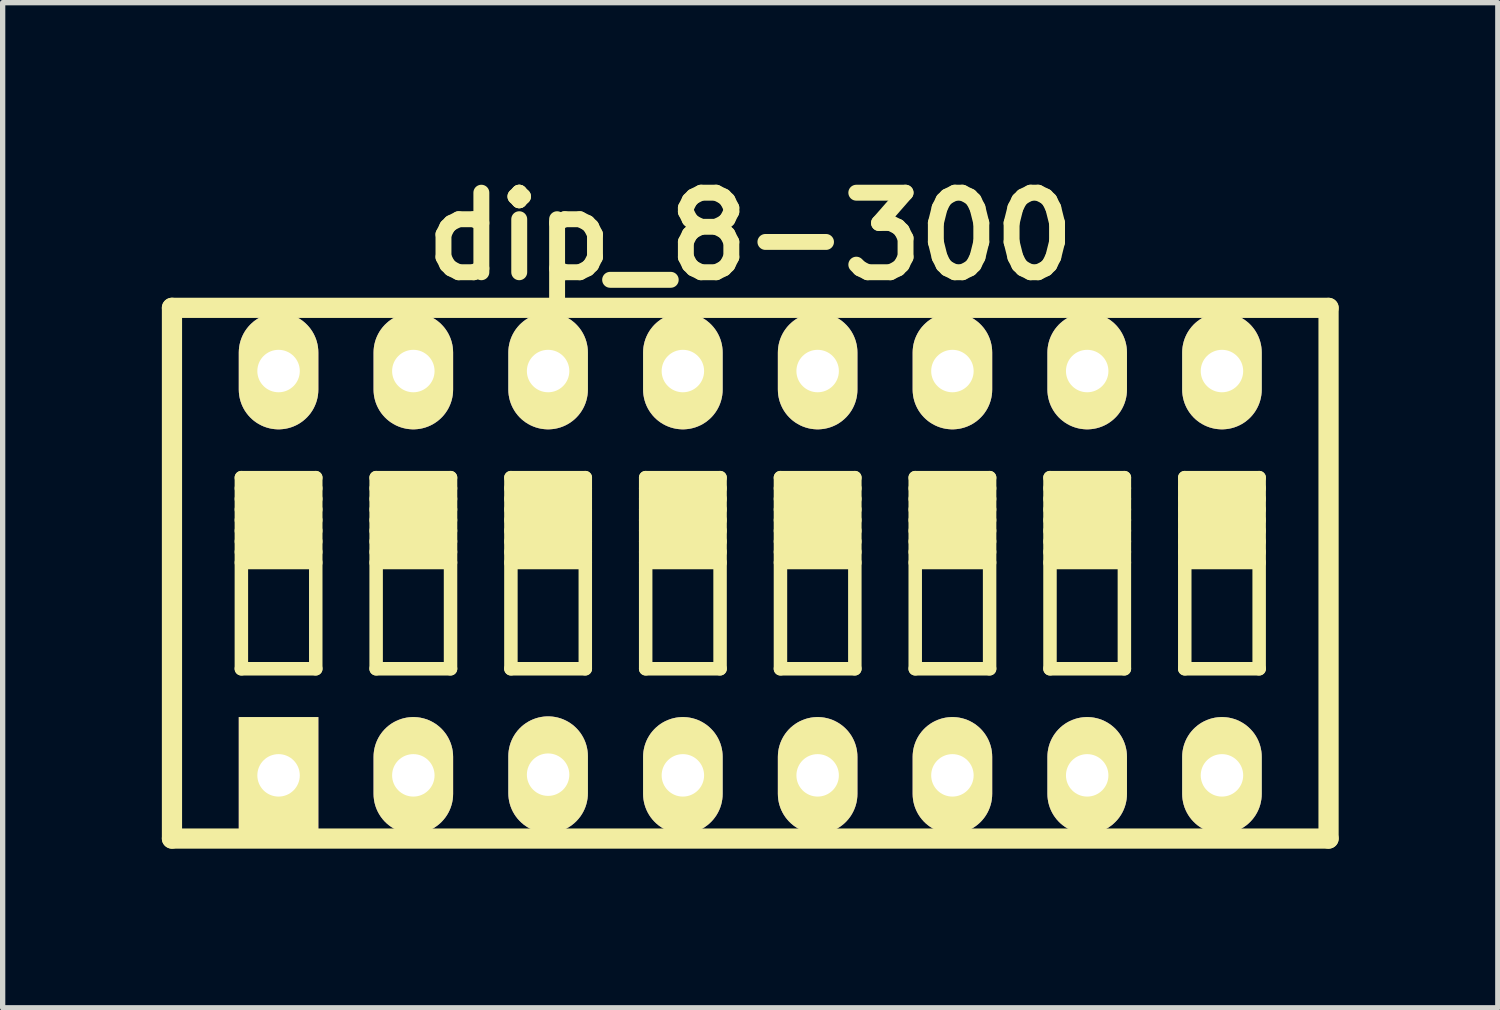
<source format=kicad_pcb>
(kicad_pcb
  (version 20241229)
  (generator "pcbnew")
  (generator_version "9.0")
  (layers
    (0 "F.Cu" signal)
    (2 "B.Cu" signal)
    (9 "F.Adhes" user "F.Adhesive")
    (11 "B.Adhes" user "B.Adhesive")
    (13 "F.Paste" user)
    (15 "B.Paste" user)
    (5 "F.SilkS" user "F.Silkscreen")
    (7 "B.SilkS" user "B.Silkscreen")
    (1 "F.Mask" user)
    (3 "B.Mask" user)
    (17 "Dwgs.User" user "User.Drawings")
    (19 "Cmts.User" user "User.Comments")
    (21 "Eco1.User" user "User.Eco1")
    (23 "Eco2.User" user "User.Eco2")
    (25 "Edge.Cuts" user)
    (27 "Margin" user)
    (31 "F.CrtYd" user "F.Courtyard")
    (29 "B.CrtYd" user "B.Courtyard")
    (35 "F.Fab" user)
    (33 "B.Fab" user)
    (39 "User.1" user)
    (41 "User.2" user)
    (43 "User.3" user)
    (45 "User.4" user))
  (footprint "dip_8-300"
    (layer "F.Cu")
    (at 11.09 7.753)
    (property "Reference" "dip_8-300" (at 0 -6.35 0) (layer "F.SilkS") (effects (font (size 1.499 1.499) (thickness 0.3))))
    (attr through_hole)
    (fp_line (start -10.899 -5.001) (end 10.899 -5.001) (stroke (width 0.381) (type solid)) (layer "F.SilkS"))
    (fp_line (start -10.899 5.001) (end -10.899 -5.001) (stroke (width 0.381) (type solid)) (layer "F.SilkS"))
    (fp_line (start -9.591 -1.801) (end -9.591 1.801) (stroke (width 0.254) (type solid)) (layer "F.SilkS"))
    (fp_line (start -9.591 -1.6) (end -8.189 -1.6) (stroke (width 0.254) (type solid)) (layer "F.SilkS"))
    (fp_line (start -9.591 -1.4) (end -8.189 -1.4) (stroke (width 0.254) (type solid)) (layer "F.SilkS"))
    (fp_line (start -9.591 -1.201) (end -8.189 -1.201) (stroke (width 0.254) (type solid)) (layer "F.SilkS"))
    (fp_line (start -9.591 -1.001) (end -8.189 -1.001) (stroke (width 0.254) (type solid)) (layer "F.SilkS"))
    (fp_line (start -9.591 -0.8) (end -8.189 -0.8) (stroke (width 0.254) (type solid)) (layer "F.SilkS"))
    (fp_line (start -9.591 -0.599) (end -8.189 -0.599) (stroke (width 0.254) (type solid)) (layer "F.SilkS"))
    (fp_line (start -9.591 -0.401) (end -8.189 -0.401) (stroke (width 0.254) (type solid)) (layer "F.SilkS"))
    (fp_line (start -9.591 -0.201) (end -8.189 -0.201) (stroke (width 0.254) (type solid)) (layer "F.SilkS"))
    (fp_line (start -9.591 1.801) (end -8.189 1.801) (stroke (width 0.254) (type solid)) (layer "F.SilkS"))
    (fp_line (start -8.189 -1.801) (end -9.591 -1.801) (stroke (width 0.254) (type solid)) (layer "F.SilkS"))
    (fp_line (start -8.189 1.801) (end -8.189 -1.801) (stroke (width 0.254) (type solid)) (layer "F.SilkS"))
    (fp_line (start -7.051 -1.801) (end -7.051 1.801) (stroke (width 0.254) (type solid)) (layer "F.SilkS"))
    (fp_line (start -7.051 -1.6) (end -5.649 -1.6) (stroke (width 0.254) (type solid)) (layer "F.SilkS"))
    (fp_line (start -7.051 -1.4) (end -5.649 -1.4) (stroke (width 0.254) (type solid)) (layer "F.SilkS"))
    (fp_line (start -7.051 -1.201) (end -5.649 -1.201) (stroke (width 0.254) (type solid)) (layer "F.SilkS"))
    (fp_line (start -7.051 -1.001) (end -5.649 -1.001) (stroke (width 0.254) (type solid)) (layer "F.SilkS"))
    (fp_line (start -7.051 -0.8) (end -5.649 -0.8) (stroke (width 0.254) (type solid)) (layer "F.SilkS"))
    (fp_line (start -7.051 -0.599) (end -5.649 -0.599) (stroke (width 0.254) (type solid)) (layer "F.SilkS"))
    (fp_line (start -7.051 -0.401) (end -5.649 -0.401) (stroke (width 0.254) (type solid)) (layer "F.SilkS"))
    (fp_line (start -7.051 -0.201) (end -5.649 -0.201) (stroke (width 0.254) (type solid)) (layer "F.SilkS"))
    (fp_line (start -7.051 1.801) (end -5.649 1.801) (stroke (width 0.254) (type solid)) (layer "F.SilkS"))
    (fp_line (start -5.649 -1.801) (end -7.051 -1.801) (stroke (width 0.254) (type solid)) (layer "F.SilkS"))
    (fp_line (start -5.649 1.801) (end -5.649 -1.801) (stroke (width 0.254) (type solid)) (layer "F.SilkS"))
    (fp_line (start -4.511 -1.801) (end -4.511 1.801) (stroke (width 0.254) (type solid)) (layer "F.SilkS"))
    (fp_line (start -4.511 -1.6) (end -3.109 -1.6) (stroke (width 0.254) (type solid)) (layer "F.SilkS"))
    (fp_line (start -4.511 -1.4) (end -3.109 -1.4) (stroke (width 0.254) (type solid)) (layer "F.SilkS"))
    (fp_line (start -4.511 -1.201) (end -3.109 -1.201) (stroke (width 0.254) (type solid)) (layer "F.SilkS"))
    (fp_line (start -4.511 -1.001) (end -3.109 -1.001) (stroke (width 0.254) (type solid)) (layer "F.SilkS"))
    (fp_line (start -4.511 -0.8) (end -3.109 -0.8) (stroke (width 0.254) (type solid)) (layer "F.SilkS"))
    (fp_line (start -4.511 -0.599) (end -3.109 -0.599) (stroke (width 0.254) (type solid)) (layer "F.SilkS"))
    (fp_line (start -4.511 -0.401) (end -3.109 -0.401) (stroke (width 0.254) (type solid)) (layer "F.SilkS"))
    (fp_line (start -4.511 -0.201) (end -3.109 -0.201) (stroke (width 0.254) (type solid)) (layer "F.SilkS"))
    (fp_line (start -4.511 1.801) (end -3.109 1.801) (stroke (width 0.254) (type solid)) (layer "F.SilkS"))
    (fp_line (start -3.109 -1.801) (end -4.511 -1.801) (stroke (width 0.254) (type solid)) (layer "F.SilkS"))
    (fp_line (start -3.109 1.801) (end -3.109 -1.801) (stroke (width 0.254) (type solid)) (layer "F.SilkS"))
    (fp_line (start -1.971 -1.801) (end -1.971 1.801) (stroke (width 0.254) (type solid)) (layer "F.SilkS"))
    (fp_line (start -1.971 -1.6) (end -0.569 -1.6) (stroke (width 0.254) (type solid)) (layer "F.SilkS"))
    (fp_line (start -1.971 -1.4) (end -0.569 -1.4) (stroke (width 0.254) (type solid)) (layer "F.SilkS"))
    (fp_line (start -1.971 -1.201) (end -0.569 -1.201) (stroke (width 0.254) (type solid)) (layer "F.SilkS"))
    (fp_line (start -1.971 -1.001) (end -0.569 -1.001) (stroke (width 0.254) (type solid)) (layer "F.SilkS"))
    (fp_line (start -1.971 -0.8) (end -0.569 -0.8) (stroke (width 0.254) (type solid)) (layer "F.SilkS"))
    (fp_line (start -1.971 -0.599) (end -0.569 -0.599) (stroke (width 0.254) (type solid)) (layer "F.SilkS"))
    (fp_line (start -1.971 -0.401) (end -0.569 -0.401) (stroke (width 0.254) (type solid)) (layer "F.SilkS"))
    (fp_line (start -1.971 -0.201) (end -0.569 -0.201) (stroke (width 0.254) (type solid)) (layer "F.SilkS"))
    (fp_line (start -1.971 1.801) (end -0.569 1.801) (stroke (width 0.254) (type solid)) (layer "F.SilkS"))
    (fp_line (start -0.569 -1.801) (end -1.971 -1.801) (stroke (width 0.254) (type solid)) (layer "F.SilkS"))
    (fp_line (start -0.569 1.801) (end -0.569 -1.801) (stroke (width 0.254) (type solid)) (layer "F.SilkS"))
    (fp_line (start 0.569 -1.801) (end 0.569 1.801) (stroke (width 0.254) (type solid)) (layer "F.SilkS"))
    (fp_line (start 0.569 -1.6) (end 1.971 -1.6) (stroke (width 0.254) (type solid)) (layer "F.SilkS"))
    (fp_line (start 0.569 -1.4) (end 1.971 -1.4) (stroke (width 0.254) (type solid)) (layer "F.SilkS"))
    (fp_line (start 0.569 -1.201) (end 1.971 -1.201) (stroke (width 0.254) (type solid)) (layer "F.SilkS"))
    (fp_line (start 0.569 -1.001) (end 1.971 -1.001) (stroke (width 0.254) (type solid)) (layer "F.SilkS"))
    (fp_line (start 0.569 -0.8) (end 1.971 -0.8) (stroke (width 0.254) (type solid)) (layer "F.SilkS"))
    (fp_line (start 0.569 -0.599) (end 1.971 -0.599) (stroke (width 0.254) (type solid)) (layer "F.SilkS"))
    (fp_line (start 0.569 -0.401) (end 1.971 -0.401) (stroke (width 0.254) (type solid)) (layer "F.SilkS"))
    (fp_line (start 0.569 -0.201) (end 1.971 -0.201) (stroke (width 0.254) (type solid)) (layer "F.SilkS"))
    (fp_line (start 0.569 1.801) (end 1.971 1.801) (stroke (width 0.254) (type solid)) (layer "F.SilkS"))
    (fp_line (start 1.971 -1.801) (end 0.569 -1.801) (stroke (width 0.254) (type solid)) (layer "F.SilkS"))
    (fp_line (start 1.971 1.801) (end 1.971 -1.801) (stroke (width 0.254) (type solid)) (layer "F.SilkS"))
    (fp_line (start 3.109 -1.801) (end 3.109 1.801) (stroke (width 0.254) (type solid)) (layer "F.SilkS"))
    (fp_line (start 3.109 -1.6) (end 4.511 -1.6) (stroke (width 0.254) (type solid)) (layer "F.SilkS"))
    (fp_line (start 3.109 -1.4) (end 4.511 -1.4) (stroke (width 0.254) (type solid)) (layer "F.SilkS"))
    (fp_line (start 3.109 -1.201) (end 4.511 -1.201) (stroke (width 0.254) (type solid)) (layer "F.SilkS"))
    (fp_line (start 3.109 -1.001) (end 4.511 -1.001) (stroke (width 0.254) (type solid)) (layer "F.SilkS"))
    (fp_line (start 3.109 -0.8) (end 4.511 -0.8) (stroke (width 0.254) (type solid)) (layer "F.SilkS"))
    (fp_line (start 3.109 -0.599) (end 4.511 -0.599) (stroke (width 0.254) (type solid)) (layer "F.SilkS"))
    (fp_line (start 3.109 -0.401) (end 4.511 -0.401) (stroke (width 0.254) (type solid)) (layer "F.SilkS"))
    (fp_line (start 3.109 -0.201) (end 4.511 -0.201) (stroke (width 0.254) (type solid)) (layer "F.SilkS"))
    (fp_line (start 3.109 1.801) (end 4.511 1.801) (stroke (width 0.254) (type solid)) (layer "F.SilkS"))
    (fp_line (start 4.511 -1.801) (end 3.109 -1.801) (stroke (width 0.254) (type solid)) (layer "F.SilkS"))
    (fp_line (start 4.511 1.801) (end 4.511 -1.801) (stroke (width 0.254) (type solid)) (layer "F.SilkS"))
    (fp_line (start 5.649 -1.801) (end 5.649 1.801) (stroke (width 0.254) (type solid)) (layer "F.SilkS"))
    (fp_line (start 5.649 -1.6) (end 7.051 -1.6) (stroke (width 0.254) (type solid)) (layer "F.SilkS"))
    (fp_line (start 5.649 -1.4) (end 7.051 -1.4) (stroke (width 0.254) (type solid)) (layer "F.SilkS"))
    (fp_line (start 5.649 -1.201) (end 7.051 -1.201) (stroke (width 0.254) (type solid)) (layer "F.SilkS"))
    (fp_line (start 5.649 -1.001) (end 7.051 -1.001) (stroke (width 0.254) (type solid)) (layer "F.SilkS"))
    (fp_line (start 5.649 -0.8) (end 7.051 -0.8) (stroke (width 0.254) (type solid)) (layer "F.SilkS"))
    (fp_line (start 5.649 -0.599) (end 7.051 -0.599) (stroke (width 0.254) (type solid)) (layer "F.SilkS"))
    (fp_line (start 5.649 -0.401) (end 7.051 -0.401) (stroke (width 0.254) (type solid)) (layer "F.SilkS"))
    (fp_line (start 5.649 -0.201) (end 7.051 -0.201) (stroke (width 0.254) (type solid)) (layer "F.SilkS"))
    (fp_line (start 5.649 1.801) (end 7.051 1.801) (stroke (width 0.254) (type solid)) (layer "F.SilkS"))
    (fp_line (start 7.051 -1.801) (end 5.649 -1.801) (stroke (width 0.254) (type solid)) (layer "F.SilkS"))
    (fp_line (start 7.051 1.801) (end 7.051 -1.801) (stroke (width 0.254) (type solid)) (layer "F.SilkS"))
    (fp_line (start 8.189 -1.801) (end 8.189 1.801) (stroke (width 0.254) (type solid)) (layer "F.SilkS"))
    (fp_line (start 8.189 -1.6) (end 9.591 -1.6) (stroke (width 0.254) (type solid)) (layer "F.SilkS"))
    (fp_line (start 8.189 -1.4) (end 9.591 -1.4) (stroke (width 0.254) (type solid)) (layer "F.SilkS"))
    (fp_line (start 8.189 -1.201) (end 9.591 -1.201) (stroke (width 0.254) (type solid)) (layer "F.SilkS"))
    (fp_line (start 8.189 -1.001) (end 9.591 -1.001) (stroke (width 0.254) (type solid)) (layer "F.SilkS"))
    (fp_line (start 8.189 -0.8) (end 9.591 -0.8) (stroke (width 0.254) (type solid)) (layer "F.SilkS"))
    (fp_line (start 8.189 -0.599) (end 9.591 -0.599) (stroke (width 0.254) (type solid)) (layer "F.SilkS"))
    (fp_line (start 8.189 -0.401) (end 9.591 -0.401) (stroke (width 0.254) (type solid)) (layer "F.SilkS"))
    (fp_line (start 8.189 -0.201) (end 9.591 -0.201) (stroke (width 0.254) (type solid)) (layer "F.SilkS"))
    (fp_line (start 8.189 1.801) (end 9.591 1.801) (stroke (width 0.254) (type solid)) (layer "F.SilkS"))
    (fp_line (start 9.591 -1.801) (end 8.189 -1.801) (stroke (width 0.254) (type solid)) (layer "F.SilkS"))
    (fp_line (start 9.591 1.801) (end 9.591 -1.801) (stroke (width 0.254) (type solid)) (layer "F.SilkS"))
    (fp_line (start 10.899 -4.999) (end 10.899 5.001) (stroke (width 0.381) (type solid)) (layer "F.SilkS"))
    (fp_line (start 10.899 5.001) (end -10.899 5.001) (stroke (width 0.381) (type solid)) (layer "F.SilkS"))
    (pad "1" thru_hole rect (at -8.89 3.81) (size 1.499 2.197) (drill 0.8) (layers "*.Cu" "*.Mask" "F.SilkS"))
    (pad "2" thru_hole oval (at -6.35 3.81) (size 1.499 2.197) (drill 0.8) (layers "*.Cu" "*.Mask" "F.SilkS"))
    (pad "3" thru_hole oval (at -3.81 3.797) (size 1.499 2.197) (drill 0.8) (layers "*.Cu" "*.Mask" "F.SilkS"))
    (pad "4" thru_hole oval (at -1.27 3.81) (size 1.499 2.197) (drill 0.8) (layers "*.Cu" "*.Mask" "F.SilkS"))
    (pad "5" thru_hole oval (at 1.27 3.81) (size 1.499 2.197) (drill 0.8) (layers "*.Cu" "*.Mask" "F.SilkS"))
    (pad "6" thru_hole oval (at 3.81 3.81) (size 1.499 2.197) (drill 0.8) (layers "*.Cu" "*.Mask" "F.SilkS"))
    (pad "7" thru_hole oval (at 6.35 3.81) (size 1.499 2.197) (drill 0.8) (layers "*.Cu" "*.Mask" "F.SilkS"))
    (pad "8" thru_hole oval (at 8.89 3.81) (size 1.499 2.197) (drill 0.8) (layers "*.Cu" "*.Mask" "F.SilkS"))
    (pad "9" thru_hole oval (at 8.89 -3.81) (size 1.499 2.197) (drill 0.8) (layers "*.Cu" "*.Mask" "F.SilkS"))
    (pad "10" thru_hole oval (at 6.35 -3.81) (size 1.499 2.197) (drill 0.8) (layers "*.Cu" "*.Mask" "F.SilkS"))
    (pad "11" thru_hole oval (at 3.81 -3.81) (size 1.499 2.197) (drill 0.8) (layers "*.Cu" "*.Mask" "F.SilkS"))
    (pad "12" thru_hole oval (at 1.27 -3.81) (size 1.499 2.197) (drill 0.8) (layers "*.Cu" "*.Mask" "F.SilkS"))
    (pad "13" thru_hole oval (at -1.27 -3.81) (size 1.499 2.197) (drill 0.8) (layers "*.Cu" "*.Mask" "F.SilkS"))
    (pad "14" thru_hole oval (at -3.81 -3.81) (size 1.499 2.197) (drill 0.8) (layers "*.Cu" "*.Mask" "F.SilkS"))
    (pad "15" thru_hole oval (at -6.35 -3.81) (size 1.499 2.197) (drill 0.8) (layers "*.Cu" "*.Mask" "F.SilkS"))
    (pad "16" thru_hole oval (at -8.89 -3.81) (size 1.499 2.197) (drill 0.8) (layers "*.Cu" "*.Mask" "F.SilkS")))
  (gr_rect
    (start -3 -3)
    (end 25.179 15.944)
    (stroke (width 0.1) (type default))
    (fill no)
    (layer "Edge.Cuts")))
</source>
